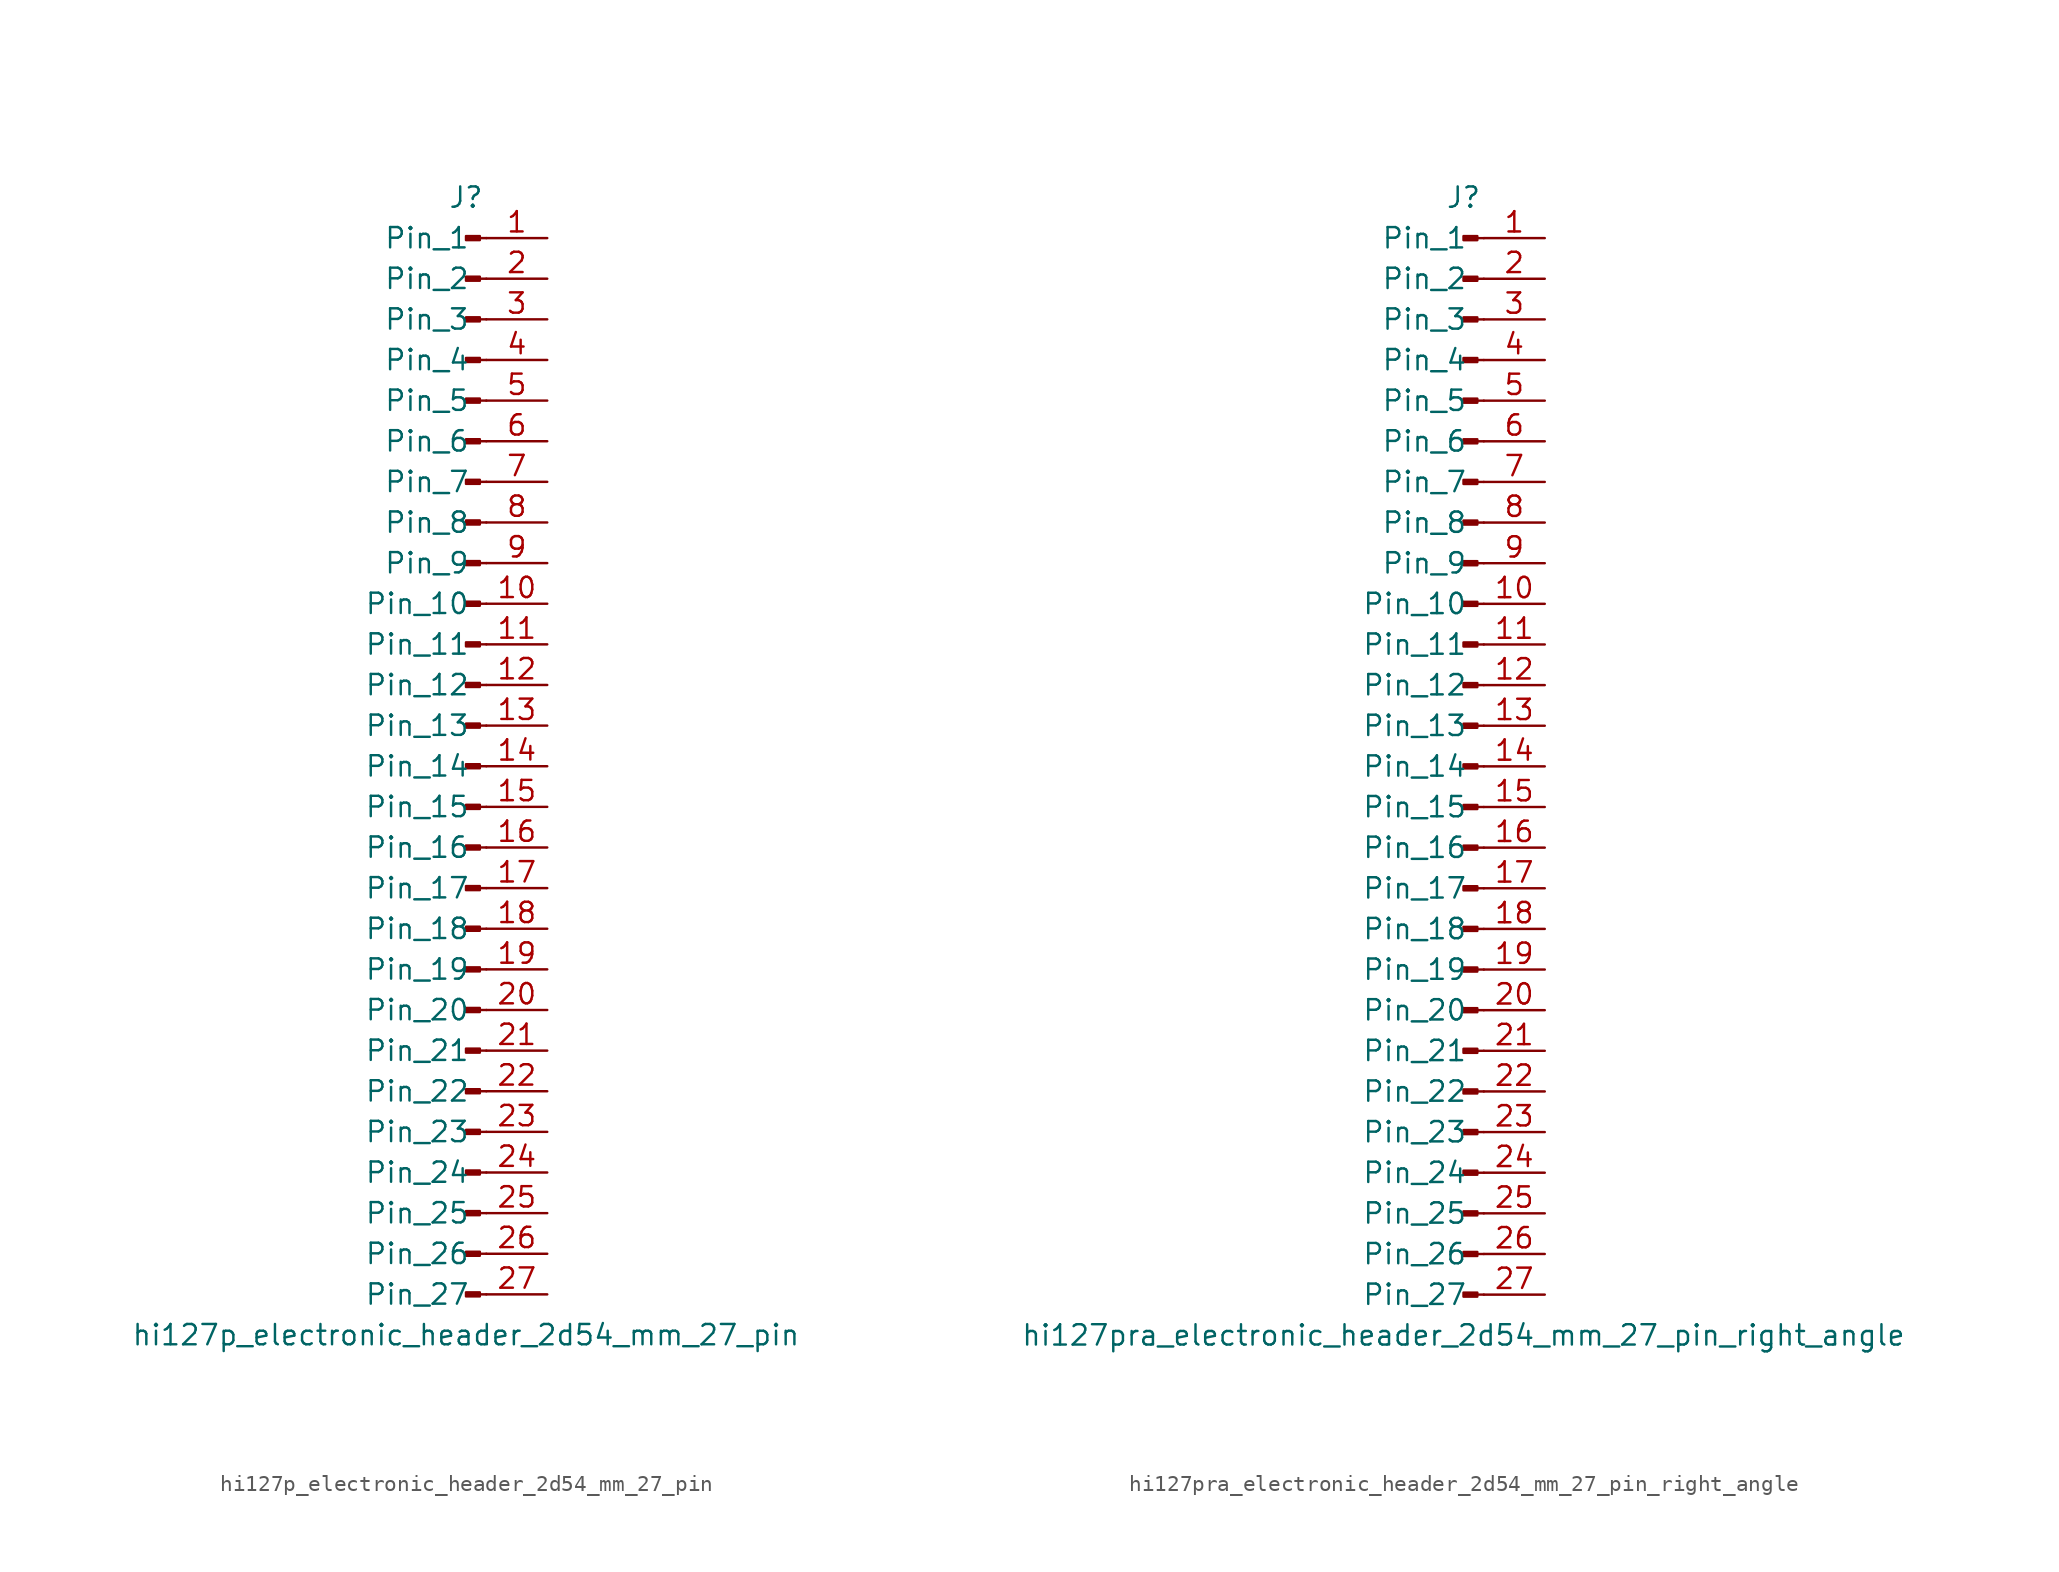
<source format=kicad_sym>
(kicad_symbol_lib
  (version 20220914)
  (generator kicad_symbol_editor)
  (symbol "hi127p_electronic_header_2d54_mm_27_pin"
    (pin_names
      (offset 1.016))
    (property "Reference" "J"
      (at 0 35.56 0)
      (effects (font (size 1.27 1.27))))
    (property "Value" "hi127p_electronic_header_2d54_mm_27_pin"
      (at 0 -35.56 0)
      (effects (font (size 1.27 1.27))))
    (property "ki_locked" ""
      (at 0 0 0)
      (effects (font (size 1.27 1.27))))
    (symbol "hi127p_electronic_header_2d54_mm_27_pin_1_1"
      (polyline (pts (xy 1.27 -33.02) (xy 0.864 -33.02)) (stroke (width 0.152) (type default)) (fill (type none)))
      (polyline (pts (xy 1.27 -30.48) (xy 0.864 -30.48)) (stroke (width 0.152) (type default)) (fill (type none)))
      (polyline (pts (xy 1.27 -27.94) (xy 0.864 -27.94)) (stroke (width 0.152) (type default)) (fill (type none)))
      (polyline (pts (xy 1.27 -25.4) (xy 0.864 -25.4)) (stroke (width 0.152) (type default)) (fill (type none)))
      (polyline (pts (xy 1.27 -22.86) (xy 0.864 -22.86)) (stroke (width 0.152) (type default)) (fill (type none)))
      (polyline (pts (xy 1.27 -20.32) (xy 0.864 -20.32)) (stroke (width 0.152) (type default)) (fill (type none)))
      (polyline (pts (xy 1.27 -17.78) (xy 0.864 -17.78)) (stroke (width 0.152) (type default)) (fill (type none)))
      (polyline (pts (xy 1.27 -15.24) (xy 0.864 -15.24)) (stroke (width 0.152) (type default)) (fill (type none)))
      (polyline (pts (xy 1.27 -12.7) (xy 0.864 -12.7)) (stroke (width 0.152) (type default)) (fill (type none)))
      (polyline (pts (xy 1.27 -10.16) (xy 0.864 -10.16)) (stroke (width 0.152) (type default)) (fill (type none)))
      (polyline (pts (xy 1.27 -7.62) (xy 0.864 -7.62)) (stroke (width 0.152) (type default)) (fill (type none)))
      (polyline (pts (xy 1.27 -5.08) (xy 0.864 -5.08)) (stroke (width 0.152) (type default)) (fill (type none)))
      (polyline (pts (xy 1.27 -2.54) (xy 0.864 -2.54)) (stroke (width 0.152) (type default)) (fill (type none)))
      (polyline (pts (xy 1.27 0) (xy 0.864 0)) (stroke (width 0.152) (type default)) (fill (type none)))
      (polyline (pts (xy 1.27 2.54) (xy 0.864 2.54)) (stroke (width 0.152) (type default)) (fill (type none)))
      (polyline (pts (xy 1.27 5.08) (xy 0.864 5.08)) (stroke (width 0.152) (type default)) (fill (type none)))
      (polyline (pts (xy 1.27 7.62) (xy 0.864 7.62)) (stroke (width 0.152) (type default)) (fill (type none)))
      (polyline (pts (xy 1.27 10.16) (xy 0.864 10.16)) (stroke (width 0.152) (type default)) (fill (type none)))
      (polyline (pts (xy 1.27 12.7) (xy 0.864 12.7)) (stroke (width 0.152) (type default)) (fill (type none)))
      (polyline (pts (xy 1.27 15.24) (xy 0.864 15.24)) (stroke (width 0.152) (type default)) (fill (type none)))
      (polyline (pts (xy 1.27 17.78) (xy 0.864 17.78)) (stroke (width 0.152) (type default)) (fill (type none)))
      (polyline (pts (xy 1.27 20.32) (xy 0.864 20.32)) (stroke (width 0.152) (type default)) (fill (type none)))
      (polyline (pts (xy 1.27 22.86) (xy 0.864 22.86)) (stroke (width 0.152) (type default)) (fill (type none)))
      (polyline (pts (xy 1.27 25.4) (xy 0.864 25.4)) (stroke (width 0.152) (type default)) (fill (type none)))
      (polyline (pts (xy 1.27 27.94) (xy 0.864 27.94)) (stroke (width 0.152) (type default)) (fill (type none)))
      (polyline (pts (xy 1.27 30.48) (xy 0.864 30.48)) (stroke (width 0.152) (type default)) (fill (type none)))
      (polyline (pts (xy 1.27 33.02) (xy 0.864 33.02)) (stroke (width 0.152) (type default)) (fill (type none)))
      (rectangle (start 0.864 -32.893) (end 0 -33.147) (stroke (width 0.152) (type default)) (fill (type outline)))
      (rectangle (start 0.864 -30.353) (end 0 -30.607) (stroke (width 0.152) (type default)) (fill (type outline)))
      (rectangle (start 0.864 -27.813) (end 0 -28.067) (stroke (width 0.152) (type default)) (fill (type outline)))
      (rectangle (start 0.864 -25.273) (end 0 -25.527) (stroke (width 0.152) (type default)) (fill (type outline)))
      (rectangle (start 0.864 -22.733) (end 0 -22.987) (stroke (width 0.152) (type default)) (fill (type outline)))
      (rectangle (start 0.864 -20.193) (end 0 -20.447) (stroke (width 0.152) (type default)) (fill (type outline)))
      (rectangle (start 0.864 -17.653) (end 0 -17.907) (stroke (width 0.152) (type default)) (fill (type outline)))
      (rectangle (start 0.864 -15.113) (end 0 -15.367) (stroke (width 0.152) (type default)) (fill (type outline)))
      (rectangle (start 0.864 -12.573) (end 0 -12.827) (stroke (width 0.152) (type default)) (fill (type outline)))
      (rectangle (start 0.864 -10.033) (end 0 -10.287) (stroke (width 0.152) (type default)) (fill (type outline)))
      (rectangle (start 0.864 -7.493) (end 0 -7.747) (stroke (width 0.152) (type default)) (fill (type outline)))
      (rectangle (start 0.864 -4.953) (end 0 -5.207) (stroke (width 0.152) (type default)) (fill (type outline)))
      (rectangle (start 0.864 -2.413) (end 0 -2.667) (stroke (width 0.152) (type default)) (fill (type outline)))
      (rectangle (start 0.864 0.127) (end 0 -0.127) (stroke (width 0.152) (type default)) (fill (type outline)))
      (rectangle (start 0.864 2.667) (end 0 2.413) (stroke (width 0.152) (type default)) (fill (type outline)))
      (rectangle (start 0.864 5.207) (end 0 4.953) (stroke (width 0.152) (type default)) (fill (type outline)))
      (rectangle (start 0.864 7.747) (end 0 7.493) (stroke (width 0.152) (type default)) (fill (type outline)))
      (rectangle (start 0.864 10.287) (end 0 10.033) (stroke (width 0.152) (type default)) (fill (type outline)))
      (rectangle (start 0.864 12.827) (end 0 12.573) (stroke (width 0.152) (type default)) (fill (type outline)))
      (rectangle (start 0.864 15.367) (end 0 15.113) (stroke (width 0.152) (type default)) (fill (type outline)))
      (rectangle (start 0.864 17.907) (end 0 17.653) (stroke (width 0.152) (type default)) (fill (type outline)))
      (rectangle (start 0.864 20.447) (end 0 20.193) (stroke (width 0.152) (type default)) (fill (type outline)))
      (rectangle (start 0.864 22.987) (end 0 22.733) (stroke (width 0.152) (type default)) (fill (type outline)))
      (rectangle (start 0.864 25.527) (end 0 25.273) (stroke (width 0.152) (type default)) (fill (type outline)))
      (rectangle (start 0.864 28.067) (end 0 27.813) (stroke (width 0.152) (type default)) (fill (type outline)))
      (rectangle (start 0.864 30.607) (end 0 30.353) (stroke (width 0.152) (type default)) (fill (type outline)))
      (rectangle (start 0.864 33.147) (end 0 32.893) (stroke (width 0.152) (type default)) (fill (type outline)))
      (pin passive line (at 5.08 33.02 180) (length 3.81) (name "Pin_1" (effects (font (size 1.27 1.27)))) (number "1" (effects (font (size 1.27 1.27)))))
      (pin passive line (at 5.08 10.16 180) (length 3.81) (name "Pin_10" (effects (font (size 1.27 1.27)))) (number "10" (effects (font (size 1.27 1.27)))))
      (pin passive line (at 5.08 7.62 180) (length 3.81) (name "Pin_11" (effects (font (size 1.27 1.27)))) (number "11" (effects (font (size 1.27 1.27)))))
      (pin passive line (at 5.08 5.08 180) (length 3.81) (name "Pin_12" (effects (font (size 1.27 1.27)))) (number "12" (effects (font (size 1.27 1.27)))))
      (pin passive line (at 5.08 2.54 180) (length 3.81) (name "Pin_13" (effects (font (size 1.27 1.27)))) (number "13" (effects (font (size 1.27 1.27)))))
      (pin passive line (at 5.08 0 180) (length 3.81) (name "Pin_14" (effects (font (size 1.27 1.27)))) (number "14" (effects (font (size 1.27 1.27)))))
      (pin passive line (at 5.08 -2.54 180) (length 3.81) (name "Pin_15" (effects (font (size 1.27 1.27)))) (number "15" (effects (font (size 1.27 1.27)))))
      (pin passive line (at 5.08 -5.08 180) (length 3.81) (name "Pin_16" (effects (font (size 1.27 1.27)))) (number "16" (effects (font (size 1.27 1.27)))))
      (pin passive line (at 5.08 -7.62 180) (length 3.81) (name "Pin_17" (effects (font (size 1.27 1.27)))) (number "17" (effects (font (size 1.27 1.27)))))
      (pin passive line (at 5.08 -10.16 180) (length 3.81) (name "Pin_18" (effects (font (size 1.27 1.27)))) (number "18" (effects (font (size 1.27 1.27)))))
      (pin passive line (at 5.08 -12.7 180) (length 3.81) (name "Pin_19" (effects (font (size 1.27 1.27)))) (number "19" (effects (font (size 1.27 1.27)))))
      (pin passive line (at 5.08 30.48 180) (length 3.81) (name "Pin_2" (effects (font (size 1.27 1.27)))) (number "2" (effects (font (size 1.27 1.27)))))
      (pin passive line (at 5.08 -15.24 180) (length 3.81) (name "Pin_20" (effects (font (size 1.27 1.27)))) (number "20" (effects (font (size 1.27 1.27)))))
      (pin passive line (at 5.08 -17.78 180) (length 3.81) (name "Pin_21" (effects (font (size 1.27 1.27)))) (number "21" (effects (font (size 1.27 1.27)))))
      (pin passive line (at 5.08 -20.32 180) (length 3.81) (name "Pin_22" (effects (font (size 1.27 1.27)))) (number "22" (effects (font (size 1.27 1.27)))))
      (pin passive line (at 5.08 -22.86 180) (length 3.81) (name "Pin_23" (effects (font (size 1.27 1.27)))) (number "23" (effects (font (size 1.27 1.27)))))
      (pin passive line (at 5.08 -25.4 180) (length 3.81) (name "Pin_24" (effects (font (size 1.27 1.27)))) (number "24" (effects (font (size 1.27 1.27)))))
      (pin passive line (at 5.08 -27.94 180) (length 3.81) (name "Pin_25" (effects (font (size 1.27 1.27)))) (number "25" (effects (font (size 1.27 1.27)))))
      (pin passive line (at 5.08 -30.48 180) (length 3.81) (name "Pin_26" (effects (font (size 1.27 1.27)))) (number "26" (effects (font (size 1.27 1.27)))))
      (pin passive line (at 5.08 -33.02 180) (length 3.81) (name "Pin_27" (effects (font (size 1.27 1.27)))) (number "27" (effects (font (size 1.27 1.27)))))
      (pin passive line (at 5.08 27.94 180) (length 3.81) (name "Pin_3" (effects (font (size 1.27 1.27)))) (number "3" (effects (font (size 1.27 1.27)))))
      (pin passive line (at 5.08 25.4 180) (length 3.81) (name "Pin_4" (effects (font (size 1.27 1.27)))) (number "4" (effects (font (size 1.27 1.27)))))
      (pin passive line (at 5.08 22.86 180) (length 3.81) (name "Pin_5" (effects (font (size 1.27 1.27)))) (number "5" (effects (font (size 1.27 1.27)))))
      (pin passive line (at 5.08 20.32 180) (length 3.81) (name "Pin_6" (effects (font (size 1.27 1.27)))) (number "6" (effects (font (size 1.27 1.27)))))
      (pin passive line (at 5.08 17.78 180) (length 3.81) (name "Pin_7" (effects (font (size 1.27 1.27)))) (number "7" (effects (font (size 1.27 1.27)))))
      (pin passive line (at 5.08 15.24 180) (length 3.81) (name "Pin_8" (effects (font (size 1.27 1.27)))) (number "8" (effects (font (size 1.27 1.27)))))
      (pin passive line (at 5.08 12.7 180) (length 3.81) (name "Pin_9" (effects (font (size 1.27 1.27)))) (number "9" (effects (font (size 1.27 1.27)))))))
  (symbol "hi127pra_electronic_header_2d54_mm_27_pin_right_angle"
    (pin_names
      (offset 1.016))
    (property "Reference" "J"
      (at 0 35.56 0)
      (effects (font (size 1.27 1.27))))
    (property "Value" "hi127pra_electronic_header_2d54_mm_27_pin_right_angle"
      (at 0 -35.56 0)
      (effects (font (size 1.27 1.27))))
    (property "ki_locked" ""
      (at 0 0 0)
      (effects (font (size 1.27 1.27))))
    (symbol "hi127pra_electronic_header_2d54_mm_27_pin_right_angle_1_1"
      (polyline (pts (xy 1.27 -33.02) (xy 0.864 -33.02)) (stroke (width 0.152) (type default)) (fill (type none)))
      (polyline (pts (xy 1.27 -30.48) (xy 0.864 -30.48)) (stroke (width 0.152) (type default)) (fill (type none)))
      (polyline (pts (xy 1.27 -27.94) (xy 0.864 -27.94)) (stroke (width 0.152) (type default)) (fill (type none)))
      (polyline (pts (xy 1.27 -25.4) (xy 0.864 -25.4)) (stroke (width 0.152) (type default)) (fill (type none)))
      (polyline (pts (xy 1.27 -22.86) (xy 0.864 -22.86)) (stroke (width 0.152) (type default)) (fill (type none)))
      (polyline (pts (xy 1.27 -20.32) (xy 0.864 -20.32)) (stroke (width 0.152) (type default)) (fill (type none)))
      (polyline (pts (xy 1.27 -17.78) (xy 0.864 -17.78)) (stroke (width 0.152) (type default)) (fill (type none)))
      (polyline (pts (xy 1.27 -15.24) (xy 0.864 -15.24)) (stroke (width 0.152) (type default)) (fill (type none)))
      (polyline (pts (xy 1.27 -12.7) (xy 0.864 -12.7)) (stroke (width 0.152) (type default)) (fill (type none)))
      (polyline (pts (xy 1.27 -10.16) (xy 0.864 -10.16)) (stroke (width 0.152) (type default)) (fill (type none)))
      (polyline (pts (xy 1.27 -7.62) (xy 0.864 -7.62)) (stroke (width 0.152) (type default)) (fill (type none)))
      (polyline (pts (xy 1.27 -5.08) (xy 0.864 -5.08)) (stroke (width 0.152) (type default)) (fill (type none)))
      (polyline (pts (xy 1.27 -2.54) (xy 0.864 -2.54)) (stroke (width 0.152) (type default)) (fill (type none)))
      (polyline (pts (xy 1.27 0) (xy 0.864 0)) (stroke (width 0.152) (type default)) (fill (type none)))
      (polyline (pts (xy 1.27 2.54) (xy 0.864 2.54)) (stroke (width 0.152) (type default)) (fill (type none)))
      (polyline (pts (xy 1.27 5.08) (xy 0.864 5.08)) (stroke (width 0.152) (type default)) (fill (type none)))
      (polyline (pts (xy 1.27 7.62) (xy 0.864 7.62)) (stroke (width 0.152) (type default)) (fill (type none)))
      (polyline (pts (xy 1.27 10.16) (xy 0.864 10.16)) (stroke (width 0.152) (type default)) (fill (type none)))
      (polyline (pts (xy 1.27 12.7) (xy 0.864 12.7)) (stroke (width 0.152) (type default)) (fill (type none)))
      (polyline (pts (xy 1.27 15.24) (xy 0.864 15.24)) (stroke (width 0.152) (type default)) (fill (type none)))
      (polyline (pts (xy 1.27 17.78) (xy 0.864 17.78)) (stroke (width 0.152) (type default)) (fill (type none)))
      (polyline (pts (xy 1.27 20.32) (xy 0.864 20.32)) (stroke (width 0.152) (type default)) (fill (type none)))
      (polyline (pts (xy 1.27 22.86) (xy 0.864 22.86)) (stroke (width 0.152) (type default)) (fill (type none)))
      (polyline (pts (xy 1.27 25.4) (xy 0.864 25.4)) (stroke (width 0.152) (type default)) (fill (type none)))
      (polyline (pts (xy 1.27 27.94) (xy 0.864 27.94)) (stroke (width 0.152) (type default)) (fill (type none)))
      (polyline (pts (xy 1.27 30.48) (xy 0.864 30.48)) (stroke (width 0.152) (type default)) (fill (type none)))
      (polyline (pts (xy 1.27 33.02) (xy 0.864 33.02)) (stroke (width 0.152) (type default)) (fill (type none)))
      (rectangle (start 0.864 -32.893) (end 0 -33.147) (stroke (width 0.152) (type default)) (fill (type outline)))
      (rectangle (start 0.864 -30.353) (end 0 -30.607) (stroke (width 0.152) (type default)) (fill (type outline)))
      (rectangle (start 0.864 -27.813) (end 0 -28.067) (stroke (width 0.152) (type default)) (fill (type outline)))
      (rectangle (start 0.864 -25.273) (end 0 -25.527) (stroke (width 0.152) (type default)) (fill (type outline)))
      (rectangle (start 0.864 -22.733) (end 0 -22.987) (stroke (width 0.152) (type default)) (fill (type outline)))
      (rectangle (start 0.864 -20.193) (end 0 -20.447) (stroke (width 0.152) (type default)) (fill (type outline)))
      (rectangle (start 0.864 -17.653) (end 0 -17.907) (stroke (width 0.152) (type default)) (fill (type outline)))
      (rectangle (start 0.864 -15.113) (end 0 -15.367) (stroke (width 0.152) (type default)) (fill (type outline)))
      (rectangle (start 0.864 -12.573) (end 0 -12.827) (stroke (width 0.152) (type default)) (fill (type outline)))
      (rectangle (start 0.864 -10.033) (end 0 -10.287) (stroke (width 0.152) (type default)) (fill (type outline)))
      (rectangle (start 0.864 -7.493) (end 0 -7.747) (stroke (width 0.152) (type default)) (fill (type outline)))
      (rectangle (start 0.864 -4.953) (end 0 -5.207) (stroke (width 0.152) (type default)) (fill (type outline)))
      (rectangle (start 0.864 -2.413) (end 0 -2.667) (stroke (width 0.152) (type default)) (fill (type outline)))
      (rectangle (start 0.864 0.127) (end 0 -0.127) (stroke (width 0.152) (type default)) (fill (type outline)))
      (rectangle (start 0.864 2.667) (end 0 2.413) (stroke (width 0.152) (type default)) (fill (type outline)))
      (rectangle (start 0.864 5.207) (end 0 4.953) (stroke (width 0.152) (type default)) (fill (type outline)))
      (rectangle (start 0.864 7.747) (end 0 7.493) (stroke (width 0.152) (type default)) (fill (type outline)))
      (rectangle (start 0.864 10.287) (end 0 10.033) (stroke (width 0.152) (type default)) (fill (type outline)))
      (rectangle (start 0.864 12.827) (end 0 12.573) (stroke (width 0.152) (type default)) (fill (type outline)))
      (rectangle (start 0.864 15.367) (end 0 15.113) (stroke (width 0.152) (type default)) (fill (type outline)))
      (rectangle (start 0.864 17.907) (end 0 17.653) (stroke (width 0.152) (type default)) (fill (type outline)))
      (rectangle (start 0.864 20.447) (end 0 20.193) (stroke (width 0.152) (type default)) (fill (type outline)))
      (rectangle (start 0.864 22.987) (end 0 22.733) (stroke (width 0.152) (type default)) (fill (type outline)))
      (rectangle (start 0.864 25.527) (end 0 25.273) (stroke (width 0.152) (type default)) (fill (type outline)))
      (rectangle (start 0.864 28.067) (end 0 27.813) (stroke (width 0.152) (type default)) (fill (type outline)))
      (rectangle (start 0.864 30.607) (end 0 30.353) (stroke (width 0.152) (type default)) (fill (type outline)))
      (rectangle (start 0.864 33.147) (end 0 32.893) (stroke (width 0.152) (type default)) (fill (type outline)))
      (pin passive line (at 5.08 33.02 180) (length 3.81) (name "Pin_1" (effects (font (size 1.27 1.27)))) (number "1" (effects (font (size 1.27 1.27)))))
      (pin passive line (at 5.08 10.16 180) (length 3.81) (name "Pin_10" (effects (font (size 1.27 1.27)))) (number "10" (effects (font (size 1.27 1.27)))))
      (pin passive line (at 5.08 7.62 180) (length 3.81) (name "Pin_11" (effects (font (size 1.27 1.27)))) (number "11" (effects (font (size 1.27 1.27)))))
      (pin passive line (at 5.08 5.08 180) (length 3.81) (name "Pin_12" (effects (font (size 1.27 1.27)))) (number "12" (effects (font (size 1.27 1.27)))))
      (pin passive line (at 5.08 2.54 180) (length 3.81) (name "Pin_13" (effects (font (size 1.27 1.27)))) (number "13" (effects (font (size 1.27 1.27)))))
      (pin passive line (at 5.08 0 180) (length 3.81) (name "Pin_14" (effects (font (size 1.27 1.27)))) (number "14" (effects (font (size 1.27 1.27)))))
      (pin passive line (at 5.08 -2.54 180) (length 3.81) (name "Pin_15" (effects (font (size 1.27 1.27)))) (number "15" (effects (font (size 1.27 1.27)))))
      (pin passive line (at 5.08 -5.08 180) (length 3.81) (name "Pin_16" (effects (font (size 1.27 1.27)))) (number "16" (effects (font (size 1.27 1.27)))))
      (pin passive line (at 5.08 -7.62 180) (length 3.81) (name "Pin_17" (effects (font (size 1.27 1.27)))) (number "17" (effects (font (size 1.27 1.27)))))
      (pin passive line (at 5.08 -10.16 180) (length 3.81) (name "Pin_18" (effects (font (size 1.27 1.27)))) (number "18" (effects (font (size 1.27 1.27)))))
      (pin passive line (at 5.08 -12.7 180) (length 3.81) (name "Pin_19" (effects (font (size 1.27 1.27)))) (number "19" (effects (font (size 1.27 1.27)))))
      (pin passive line (at 5.08 30.48 180) (length 3.81) (name "Pin_2" (effects (font (size 1.27 1.27)))) (number "2" (effects (font (size 1.27 1.27)))))
      (pin passive line (at 5.08 -15.24 180) (length 3.81) (name "Pin_20" (effects (font (size 1.27 1.27)))) (number "20" (effects (font (size 1.27 1.27)))))
      (pin passive line (at 5.08 -17.78 180) (length 3.81) (name "Pin_21" (effects (font (size 1.27 1.27)))) (number "21" (effects (font (size 1.27 1.27)))))
      (pin passive line (at 5.08 -20.32 180) (length 3.81) (name "Pin_22" (effects (font (size 1.27 1.27)))) (number "22" (effects (font (size 1.27 1.27)))))
      (pin passive line (at 5.08 -22.86 180) (length 3.81) (name "Pin_23" (effects (font (size 1.27 1.27)))) (number "23" (effects (font (size 1.27 1.27)))))
      (pin passive line (at 5.08 -25.4 180) (length 3.81) (name "Pin_24" (effects (font (size 1.27 1.27)))) (number "24" (effects (font (size 1.27 1.27)))))
      (pin passive line (at 5.08 -27.94 180) (length 3.81) (name "Pin_25" (effects (font (size 1.27 1.27)))) (number "25" (effects (font (size 1.27 1.27)))))
      (pin passive line (at 5.08 -30.48 180) (length 3.81) (name "Pin_26" (effects (font (size 1.27 1.27)))) (number "26" (effects (font (size 1.27 1.27)))))
      (pin passive line (at 5.08 -33.02 180) (length 3.81) (name "Pin_27" (effects (font (size 1.27 1.27)))) (number "27" (effects (font (size 1.27 1.27)))))
      (pin passive line (at 5.08 27.94 180) (length 3.81) (name "Pin_3" (effects (font (size 1.27 1.27)))) (number "3" (effects (font (size 1.27 1.27)))))
      (pin passive line (at 5.08 25.4 180) (length 3.81) (name "Pin_4" (effects (font (size 1.27 1.27)))) (number "4" (effects (font (size 1.27 1.27)))))
      (pin passive line (at 5.08 22.86 180) (length 3.81) (name "Pin_5" (effects (font (size 1.27 1.27)))) (number "5" (effects (font (size 1.27 1.27)))))
      (pin passive line (at 5.08 20.32 180) (length 3.81) (name "Pin_6" (effects (font (size 1.27 1.27)))) (number "6" (effects (font (size 1.27 1.27)))))
      (pin passive line (at 5.08 17.78 180) (length 3.81) (name "Pin_7" (effects (font (size 1.27 1.27)))) (number "7" (effects (font (size 1.27 1.27)))))
      (pin passive line (at 5.08 15.24 180) (length 3.81) (name "Pin_8" (effects (font (size 1.27 1.27)))) (number "8" (effects (font (size 1.27 1.27)))))
      (pin passive line (at 5.08 12.7 180) (length 3.81) (name "Pin_9" (effects (font (size 1.27 1.27)))) (number "9" (effects (font (size 1.27 1.27))))))))
</source>
